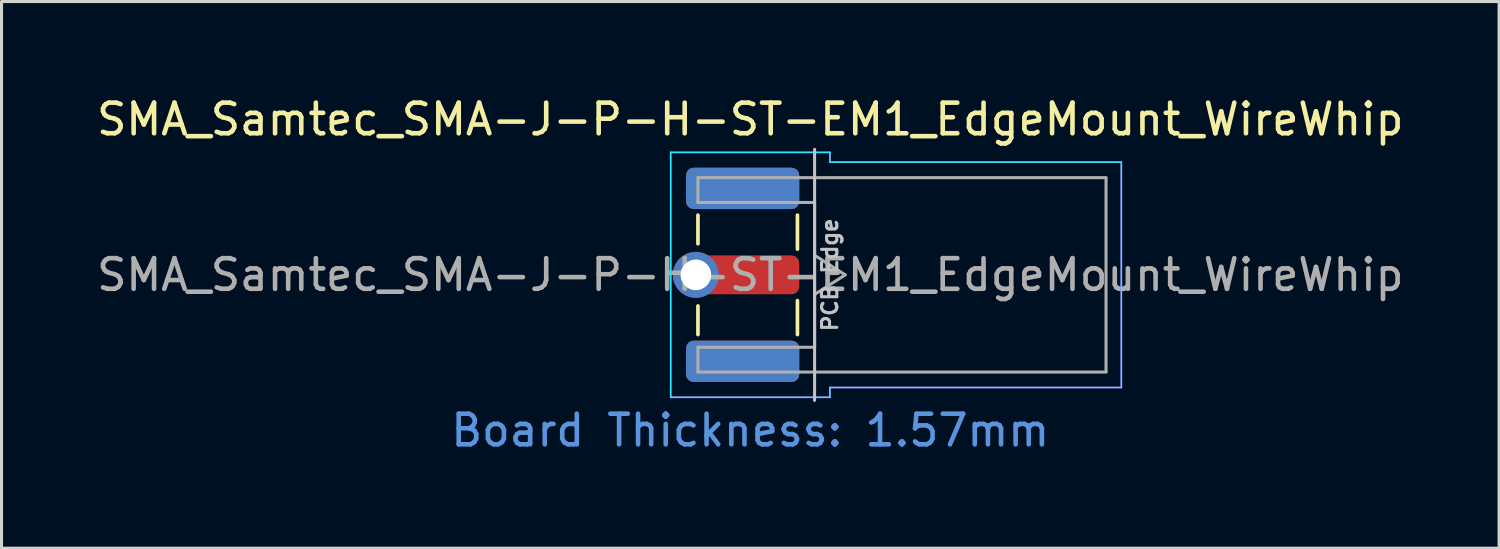
<source format=kicad_pcb>
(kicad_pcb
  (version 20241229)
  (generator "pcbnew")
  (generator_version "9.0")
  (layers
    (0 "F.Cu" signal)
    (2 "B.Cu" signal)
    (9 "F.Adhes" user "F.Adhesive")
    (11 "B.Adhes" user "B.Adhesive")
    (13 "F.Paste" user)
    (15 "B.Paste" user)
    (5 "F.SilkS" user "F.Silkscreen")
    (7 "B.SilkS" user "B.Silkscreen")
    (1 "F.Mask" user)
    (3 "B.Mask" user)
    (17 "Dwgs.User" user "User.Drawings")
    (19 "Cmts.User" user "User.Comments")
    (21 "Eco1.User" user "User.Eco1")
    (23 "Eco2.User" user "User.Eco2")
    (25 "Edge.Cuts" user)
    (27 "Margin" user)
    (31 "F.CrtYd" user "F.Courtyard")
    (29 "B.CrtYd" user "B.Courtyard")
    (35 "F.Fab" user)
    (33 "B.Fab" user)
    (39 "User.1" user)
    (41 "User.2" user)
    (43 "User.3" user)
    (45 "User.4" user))
  (footprint "SMA_Samtec_SMA-J-P-H-ST-EM1_EdgeMount_WireWhip"
    (layer "F.Cu")
    (at 21.458 5.928)
    (property "Reference" "SMA_Samtec_SMA-J-P-H-ST-EM1_EdgeMount_WireWhip" (at 0 -5.08 180) (layer "F.SilkS") (effects (font (size 1 1) (thickness 0.15))))
    (attr smd)
    (fp_line (start -1.71 -1.016) (end -1.71 -1.95) (stroke (width 0.12) (type solid)) (layer "F.SilkS"))
    (fp_line (start -1.71 1.95) (end -1.71 1.016) (stroke (width 0.12) (type solid)) (layer "F.SilkS"))
    (fp_line (start 1.54 -0.84) (end 1.54 -1.95) (stroke (width 0.12) (type solid)) (layer "F.SilkS"))
    (fp_line (start 1.54 1.95) (end 1.54 0.84) (stroke (width 0.12) (type solid)) (layer "F.SilkS"))
    (fp_line (start 2.1 -4.1) (end 2.1 4.1) (stroke (width 0.1) (type solid)) (layer "Dwgs.User"))
    (fp_line (start -2.6 4) (end -2.6 -4) (stroke (width 0.05) (type solid)) (layer "B.CrtYd"))
    (fp_line (start 2.6 -4) (end -2.6 -4) (stroke (width 0.05) (type solid)) (layer "B.CrtYd"))
    (fp_line (start 2.6 -4) (end 2.6 -3.68) (stroke (width 0.05) (type solid)) (layer "B.CrtYd"))
    (fp_line (start 2.6 -3.68) (end 12.12 -3.68) (stroke (width 0.05) (type solid)) (layer "B.CrtYd"))
    (fp_line (start 2.6 3.68) (end 2.6 4) (stroke (width 0.05) (type solid)) (layer "B.CrtYd"))
    (fp_line (start 2.6 4) (end -2.6 4) (stroke (width 0.05) (type solid)) (layer "B.CrtYd"))
    (fp_line (start 12.12 -3.68) (end 12.12 3.68) (stroke (width 0.05) (type solid)) (layer "B.CrtYd"))
    (fp_line (start 12.12 3.68) (end 2.6 3.68) (stroke (width 0.05) (type solid)) (layer "B.CrtYd"))
    (fp_line (start -2.6 4) (end -2.6 -4) (stroke (width 0.05) (type solid)) (layer "F.CrtYd"))
    (fp_line (start 2.6 -4) (end -2.6 -4) (stroke (width 0.05) (type solid)) (layer "F.CrtYd"))
    (fp_line (start 2.6 -3.68) (end 2.6 -4) (stroke (width 0.05) (type solid)) (layer "F.CrtYd"))
    (fp_line (start 2.6 -3.68) (end 12.12 -3.68) (stroke (width 0.05) (type solid)) (layer "F.CrtYd"))
    (fp_line (start 2.6 3.68) (end 2.6 4) (stroke (width 0.05) (type solid)) (layer "F.CrtYd"))
    (fp_line (start 2.6 4) (end -2.6 4) (stroke (width 0.05) (type solid)) (layer "F.CrtYd"))
    (fp_line (start 12.12 -3.68) (end 12.12 3.68) (stroke (width 0.05) (type solid)) (layer "F.CrtYd"))
    (fp_line (start 12.12 3.68) (end 2.6 3.68) (stroke (width 0.05) (type solid)) (layer "F.CrtYd"))
    (fp_line (start -1.71 -3.175) (end -1.71 -2.365) (stroke (width 0.1) (type solid)) (layer "F.Fab"))
    (fp_line (start -1.71 -3.175) (end 11.62 -3.175) (stroke (width 0.1) (type solid)) (layer "F.Fab"))
    (fp_line (start -1.71 -2.365) (end 2.1 -2.365) (stroke (width 0.1) (type solid)) (layer "F.Fab"))
    (fp_line (start -1.71 2.365) (end -1.71 3.175) (stroke (width 0.1) (type solid)) (layer "F.Fab"))
    (fp_line (start -1.71 3.175) (end 11.62 3.175) (stroke (width 0.1) (type solid)) (layer "F.Fab"))
    (fp_line (start 2.1 -2.365) (end 2.1 2.365) (stroke (width 0.1) (type solid)) (layer "F.Fab"))
    (fp_line (start 2.1 -0.64) (end 3.1 0) (stroke (width 0.1) (type solid)) (layer "F.Fab"))
    (fp_line (start 2.1 2.365) (end -1.71 2.365) (stroke (width 0.1) (type solid)) (layer "F.Fab"))
    (fp_line (start 3.1 0) (end 2.1 0.64) (stroke (width 0.1) (type solid)) (layer "F.Fab"))
    (fp_line (start 11.62 -3.165) (end 11.62 3.165) (stroke (width 0.1) (type solid)) (layer "F.Fab"))
    (fp_text user "PCB Edge" (at 2.6 0 90) (layer "Dwgs.User") (effects (font (size 0.5 0.5) (thickness 0.1))))
    (fp_text user "Board Thickness: 1.57mm" (at 0 5.08 0) (layer "Cmts.User") (effects (font (size 1 1) (thickness 0.15))))
    (fp_text user "${REFERENCE}" (at 0 0 0) (layer "F.Fab") (effects (font (size 1 1) (thickness 0.15))))
    (pad "1" thru_hole circle (at -1.778 0) (size 1.5 1.5) (drill 1) (layers "*.Cu" "*.Mask"))
    (pad "1" smd roundrect (at 0 0 90) (size 1.27 3.2) (layers "F.Cu" "F.Mask") (roundrect_rratio 0.197))
    (pad "2" smd roundrect (at -0.25 -2.825 90) (size 1.35 3.7) (layers "F.Cu" "F.Mask") (roundrect_rratio 0.185))
    (pad "2" smd roundrect (at -0.25 -2.825 90) (size 1.35 3.7) (layers "B.Cu" "B.Mask") (roundrect_rratio 0.185))
    (pad "2" smd roundrect (at -0.25 2.825 90) (size 1.35 3.7) (layers "F.Cu" "F.Mask") (roundrect_rratio 0.185))
    (pad "2" smd roundrect (at -0.25 2.825 90) (size 1.35 3.7) (layers "B.Cu" "B.Mask") (roundrect_rratio 0.185)))
  (gr_rect
    (start -3 -3)
    (end 45.917 14.857)
    (stroke (width 0.1) (type default))
    (fill no)
    (layer "Edge.Cuts")))
</source>
